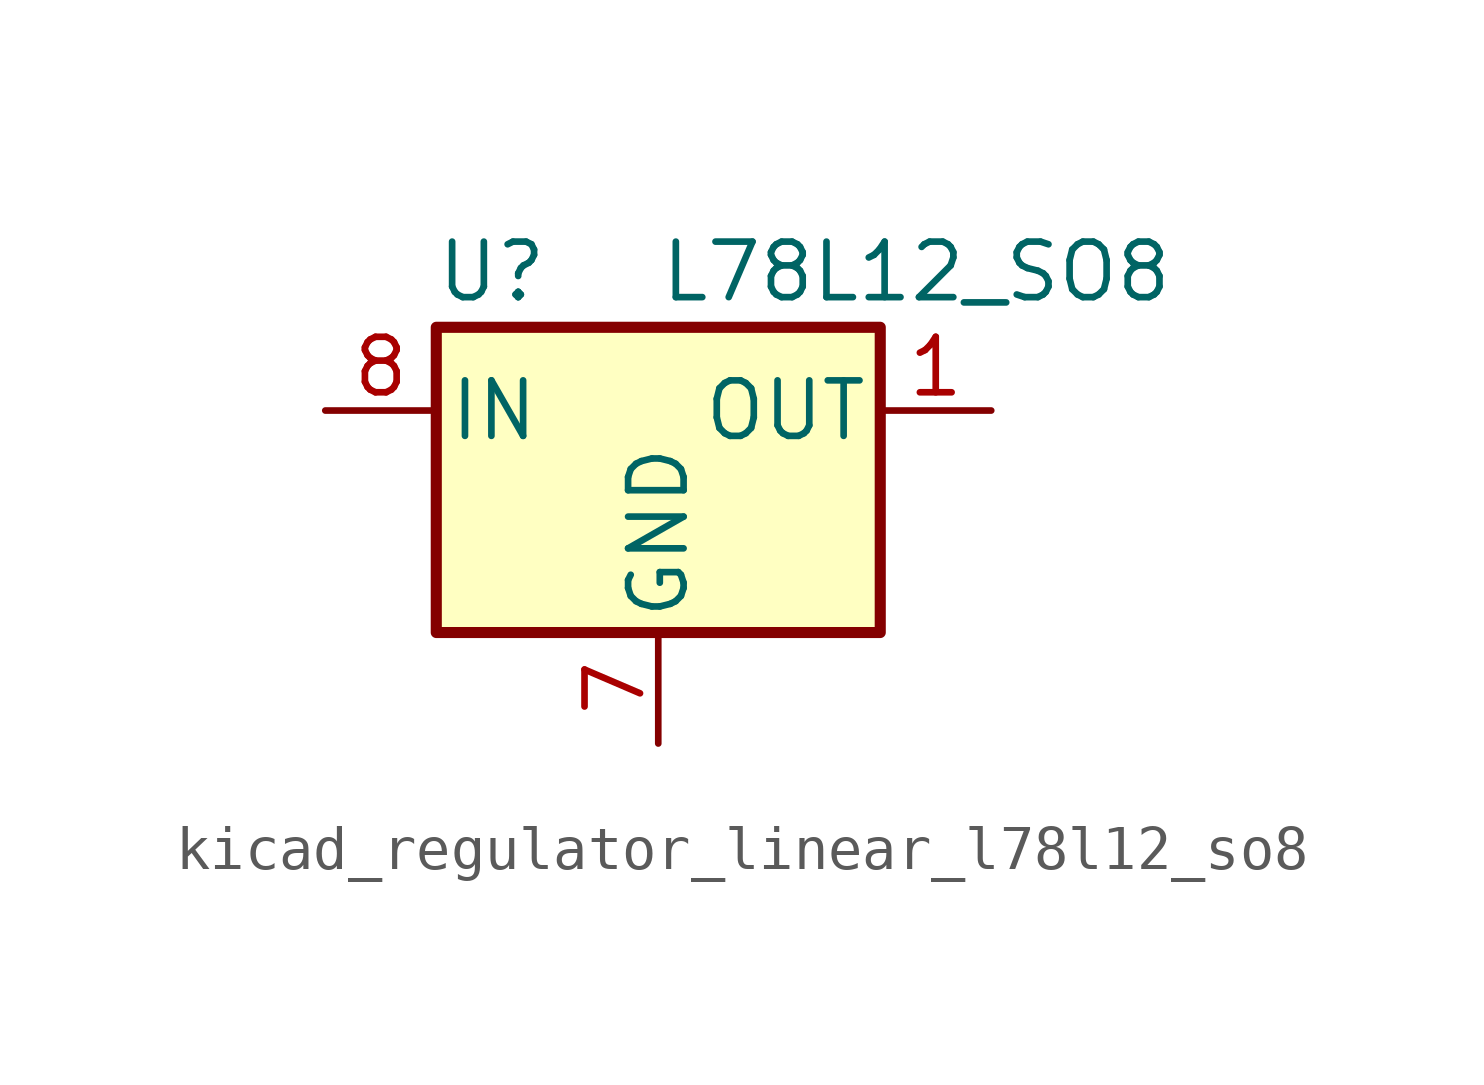
<source format=kicad_sym>
(kicad_symbol_lib
  (version 20220914)
  (generator kicad_symbol_editor)
  (symbol "kicad_regulator_linear_l78l12_so8"
    (pin_names
      (offset 0.254))
    (property "Reference" "U"
      (at -3.81 3.175 0)
      (effects (font (size 1.27 1.27))))
    (property "Value" "L78L12_SO8"
      (at 0 3.175 0)
      (effects (font (size 1.27 1.27)) (justify left)))
    (symbol "kicad_regulator_linear_l78l12_so8_0_1"
      (rectangle (start -5.08 1.905) (end 5.08 -5.08) (stroke (width 0.254) (type default)) (fill (type background))))
    (symbol "kicad_regulator_linear_l78l12_so8_1_1"
      (pin power_out line (at 7.62 0 180) (length 2.54) (name "OUT" (effects (font (size 1.27 1.27)))) (number "1" (effects (font (size 1.27 1.27)))))
      (pin passive line (at 0 -7.62 90) (length 2.54) hide (name "GND" (effects (font (size 1.27 1.27)))) (number "2" (effects (font (size 1.27 1.27)))))
      (pin passive line (at 0 -7.62 90) (length 2.54) hide (name "GND" (effects (font (size 1.27 1.27)))) (number "3" (effects (font (size 1.27 1.27)))))
      (pin no_connect line (at -5.08 -2.54 0) (length 2.54) hide (name "NC" (effects (font (size 1.27 1.27)))) (number "4" (effects (font (size 1.27 1.27)))))
      (pin no_connect line (at 5.08 -2.54 180) (length 2.54) hide (name "NC" (effects (font (size 1.27 1.27)))) (number "5" (effects (font (size 1.27 1.27)))))
      (pin passive line (at 0 -7.62 90) (length 2.54) hide (name "GND" (effects (font (size 1.27 1.27)))) (number "6" (effects (font (size 1.27 1.27)))))
      (pin power_in line (at 0 -7.62 90) (length 2.54) (name "GND" (effects (font (size 1.27 1.27)))) (number "7" (effects (font (size 1.27 1.27)))))
      (pin power_in line (at -7.62 0 0) (length 2.54) (name "IN" (effects (font (size 1.27 1.27)))) (number "8" (effects (font (size 1.27 1.27))))))))
</source>
